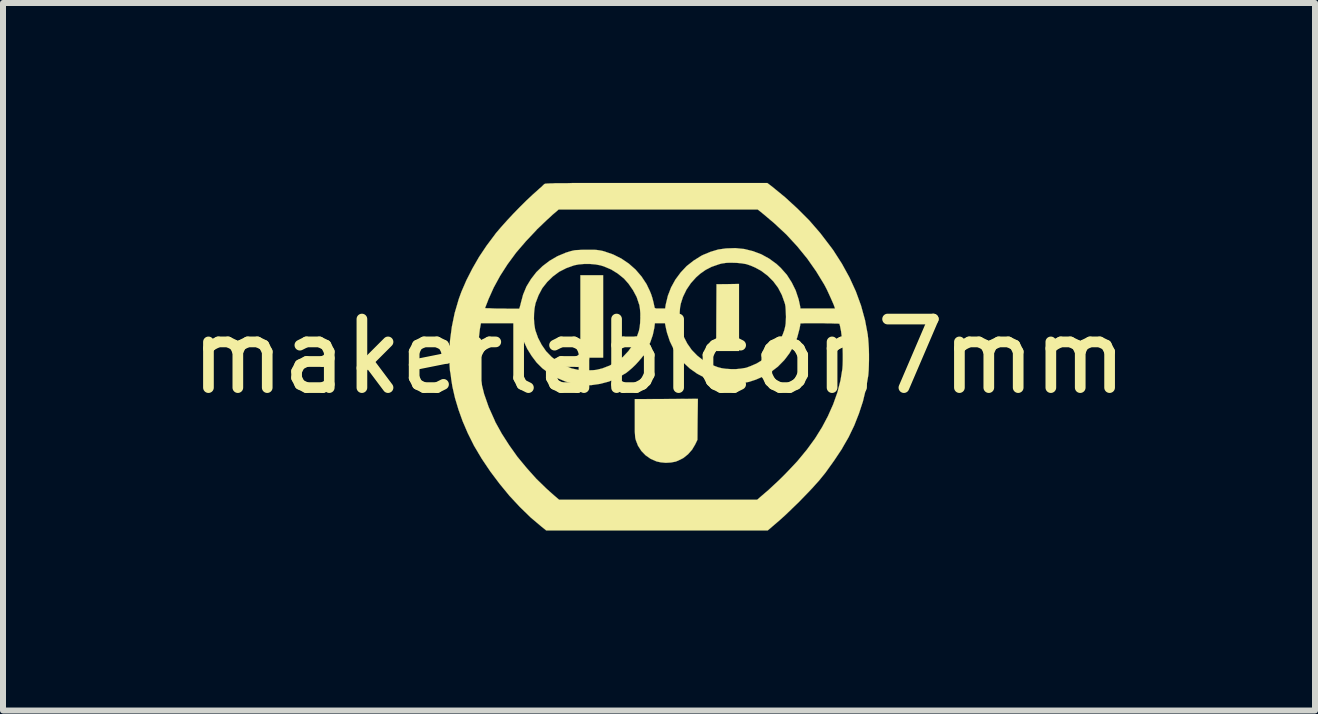
<source format=kicad_pcb>
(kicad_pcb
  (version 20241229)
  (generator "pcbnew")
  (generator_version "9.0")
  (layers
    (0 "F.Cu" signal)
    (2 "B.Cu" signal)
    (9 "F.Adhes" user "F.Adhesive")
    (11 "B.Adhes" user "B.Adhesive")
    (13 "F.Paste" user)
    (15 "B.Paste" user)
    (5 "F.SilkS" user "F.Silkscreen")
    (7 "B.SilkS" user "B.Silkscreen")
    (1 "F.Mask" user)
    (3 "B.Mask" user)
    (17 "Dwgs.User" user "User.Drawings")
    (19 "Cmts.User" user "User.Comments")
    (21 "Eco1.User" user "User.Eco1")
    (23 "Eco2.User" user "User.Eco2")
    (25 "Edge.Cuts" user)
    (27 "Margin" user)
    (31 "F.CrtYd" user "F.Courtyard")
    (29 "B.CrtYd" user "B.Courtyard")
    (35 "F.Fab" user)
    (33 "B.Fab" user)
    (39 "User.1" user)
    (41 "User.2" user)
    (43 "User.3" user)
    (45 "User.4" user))
  (footprint "makerlabIcon7mm"
    (layer "F.Cu")
    (at 7.936 2.892)
    (property "Reference" "makerlabIcon7mm" (at 0 0 0) (layer "F.SilkS") (effects (font (size 1.143 1.143) (thickness 0.178))))
    (attr through_hole)
    (fp_poly (pts (xy -0.932 0.02) (xy -1.123 0.02) (xy -1.311 0.02) (xy -1.311 -0.665) (xy -1.311 -1.354) (xy -1.123 -1.354) (xy -0.932 -1.354) (xy -0.932 -0.665) (xy -0.932 0.02)) (stroke (width 0.003) (type solid)) (fill yes) (layer "F.SilkS"))
    (fp_poly (pts (xy 1.333 -0.091) (xy 1.143 -0.091) (xy 0.953 -0.091) (xy 0.955 -0.648) (xy 0.958 -1.204) (xy 1.146 -1.206) (xy 1.333 -1.209) (xy 1.333 -0.65) (xy 1.333 -0.091)) (stroke (width 0.003) (type solid)) (fill yes) (layer "F.SilkS"))
    (fp_poly (pts (xy 0.648 0.706) (xy 0.643 1.049) (xy 0.64 1.389) (xy 0.602 1.468) (xy 0.551 1.554) (xy 0.483 1.631) (xy 0.404 1.694) (xy 0.318 1.737) (xy 0.277 1.753) (xy 0.198 1.768) (xy 0.112 1.773) (xy 0.028 1.765) (xy -0.041 1.75) (xy -0.14 1.707) (xy -0.224 1.648) (xy -0.295 1.575) (xy -0.351 1.488) (xy -0.386 1.397) (xy -0.391 1.379) (xy -0.396 1.356) (xy -0.399 1.328) (xy -0.401 1.295) (xy -0.404 1.252) (xy -0.404 1.194) (xy -0.404 1.123) (xy -0.404 1.034) (xy -0.404 1.024) (xy -0.404 0.711) (xy 0.122 0.709) (xy 0.648 0.706)) (stroke (width 0.003) (type solid)) (fill yes) (layer "F.SilkS"))
    (fp_poly (pts (xy 3.5 0.058) (xy 3.498 0.147) (xy 3.495 0.229) (xy 3.49 0.295) (xy 3.487 0.323) (xy 3.449 0.541) (xy 3.399 0.749) (xy 3.332 0.953) (xy 3.254 1.151) (xy 3.16 1.346) (xy 3.063 1.514) (xy 3.063 0.058) (xy 3.063 -0.036) (xy 3.061 -0.132) (xy 3.056 -0.226) (xy 3.048 -0.315) (xy 3.038 -0.391) (xy 3.035 -0.419) (xy 3.025 -0.467) (xy 3.018 -0.505) (xy 3.01 -0.533) (xy 3.007 -0.546) (xy 2.997 -0.546) (xy 2.969 -0.549) (xy 2.934 -0.549) (xy 2.934 -0.8) (xy 2.926 -0.823) (xy 2.911 -0.864) (xy 2.888 -0.917) (xy 2.86 -0.98) (xy 2.83 -1.046) (xy 2.799 -1.113) (xy 2.769 -1.171) (xy 2.751 -1.204) (xy 2.619 -1.42) (xy 2.471 -1.631) (xy 2.304 -1.836) (xy 2.123 -2.032) (xy 1.925 -2.217) (xy 1.742 -2.372) (xy 1.646 -2.449) (xy -0.015 -2.449) (xy -1.674 -2.449) (xy -1.778 -2.36) (xy -1.816 -2.324) (xy -1.867 -2.278) (xy -1.923 -2.225) (xy -1.981 -2.169) (xy -2.037 -2.116) (xy -2.04 -2.111) (xy -2.22 -1.92) (xy -2.383 -1.73) (xy -2.525 -1.537) (xy -2.649 -1.344) (xy -2.756 -1.148) (xy -2.845 -0.95) (xy -2.852 -0.93) (xy -2.87 -0.884) (xy -2.885 -0.846) (xy -2.896 -0.818) (xy -2.901 -0.805) (xy -2.891 -0.805) (xy -2.863 -0.803) (xy -2.822 -0.803) (xy -2.771 -0.8) (xy -2.71 -0.798) (xy -2.647 -0.798) (xy -2.578 -0.798) (xy -2.515 -0.795) (xy -2.456 -0.795) (xy -2.403 -0.795) (xy -2.362 -0.795) (xy -2.337 -0.795) (xy -2.332 -0.795) (xy -2.327 -0.805) (xy -2.319 -0.831) (xy -2.309 -0.866) (xy -2.304 -0.889) (xy -2.266 -1.031) (xy -2.21 -1.166) (xy -2.134 -1.29) (xy -2.045 -1.405) (xy -1.941 -1.506) (xy -1.824 -1.595) (xy -1.694 -1.671) (xy -1.554 -1.73) (xy -1.473 -1.755) (xy -1.44 -1.763) (xy -1.407 -1.77) (xy -1.374 -1.773) (xy -1.331 -1.775) (xy -1.278 -1.778) (xy -1.209 -1.778) (xy -1.199 -1.778) (xy -1.13 -1.778) (xy -1.077 -1.778) (xy -1.036 -1.775) (xy -1.001 -1.77) (xy -0.97 -1.765) (xy -0.937 -1.758) (xy -0.909 -1.75) (xy -0.762 -1.699) (xy -0.627 -1.631) (xy -0.503 -1.547) (xy -0.391 -1.448) (xy -0.292 -1.333) (xy -0.208 -1.206) (xy -0.183 -1.153) (xy -0.155 -1.095) (xy -0.132 -1.039) (xy -0.112 -0.978) (xy -0.094 -0.909) (xy -0.076 -0.826) (xy -0.076 -0.823) (xy -0.071 -0.81) (xy -0.064 -0.805) (xy -0.048 -0.8) (xy -0.018 -0.8) (xy 0.015 -0.8) (xy 0.102 -0.8) (xy 0.112 -0.866) (xy 0.147 -1.011) (xy 0.201 -1.151) (xy 0.272 -1.28) (xy 0.361 -1.4) (xy 0.46 -1.506) (xy 0.577 -1.598) (xy 0.701 -1.676) (xy 0.732 -1.692) (xy 0.861 -1.745) (xy 0.988 -1.783) (xy 1.118 -1.801) (xy 1.273 -1.806) (xy 1.422 -1.791) (xy 1.567 -1.755) (xy 1.707 -1.702) (xy 1.836 -1.631) (xy 1.958 -1.542) (xy 2.029 -1.476) (xy 2.131 -1.361) (xy 2.212 -1.234) (xy 2.278 -1.1) (xy 2.327 -0.953) (xy 2.352 -0.838) (xy 2.357 -0.8) (xy 2.647 -0.8) (xy 2.934 -0.8) (xy 2.934 -0.549) (xy 2.926 -0.549) (xy 2.873 -0.551) (xy 2.809 -0.551) (xy 2.741 -0.554) (xy 2.672 -0.554) (xy 2.601 -0.554) (xy 2.535 -0.554) (xy 2.474 -0.554) (xy 2.423 -0.554) (xy 2.385 -0.551) (xy 2.362 -0.551) (xy 2.357 -0.549) (xy 2.355 -0.538) (xy 2.352 -0.513) (xy 2.344 -0.475) (xy 2.342 -0.462) (xy 2.304 -0.318) (xy 2.248 -0.18) (xy 2.174 -0.053) (xy 2.116 0.025) (xy 2.116 -0.65) (xy 2.116 -0.671) (xy 2.113 -0.737) (xy 2.111 -0.787) (xy 2.108 -0.831) (xy 2.101 -0.871) (xy 2.093 -0.897) (xy 2.047 -1.026) (xy 1.984 -1.146) (xy 1.905 -1.252) (xy 1.811 -1.346) (xy 1.704 -1.427) (xy 1.605 -1.481) (xy 1.529 -1.514) (xy 1.455 -1.539) (xy 1.379 -1.552) (xy 1.295 -1.56) (xy 1.224 -1.562) (xy 1.163 -1.562) (xy 1.118 -1.56) (xy 1.079 -1.554) (xy 1.044 -1.549) (xy 1.006 -1.539) (xy 0.991 -1.534) (xy 0.876 -1.494) (xy 0.777 -1.443) (xy 0.686 -1.379) (xy 0.617 -1.318) (xy 0.531 -1.222) (xy 0.457 -1.113) (xy 0.399 -0.993) (xy 0.363 -0.881) (xy 0.351 -0.818) (xy 0.345 -0.742) (xy 0.343 -0.66) (xy 0.345 -0.582) (xy 0.353 -0.511) (xy 0.363 -0.467) (xy 0.409 -0.335) (xy 0.47 -0.216) (xy 0.546 -0.107) (xy 0.638 -0.013) (xy 0.742 0.069) (xy 0.856 0.132) (xy 0.983 0.18) (xy 1.046 0.196) (xy 1.115 0.206) (xy 1.199 0.211) (xy 1.285 0.211) (xy 1.367 0.203) (xy 1.438 0.191) (xy 1.445 0.191) (xy 1.481 0.178) (xy 1.529 0.16) (xy 1.582 0.137) (xy 1.628 0.117) (xy 1.742 0.048) (xy 1.844 -0.033) (xy 1.933 -0.132) (xy 2.004 -0.241) (xy 2.062 -0.366) (xy 2.088 -0.437) (xy 2.098 -0.478) (xy 2.106 -0.513) (xy 2.111 -0.549) (xy 2.113 -0.594) (xy 2.116 -0.65) (xy 2.116 0.025) (xy 2.085 0.064) (xy 1.981 0.17) (xy 1.864 0.259) (xy 1.737 0.333) (xy 1.615 0.386) (xy 1.499 0.424) (xy 1.374 0.447) (xy 1.339 0.45) (xy 1.191 0.455) (xy 1.044 0.442) (xy 0.902 0.409) (xy 0.765 0.356) (xy 0.635 0.287) (xy 0.516 0.203) (xy 0.409 0.104) (xy 0.33 0.01) (xy 0.246 -0.117) (xy 0.18 -0.254) (xy 0.132 -0.399) (xy 0.117 -0.465) (xy 0.099 -0.554) (xy 0.015 -0.554) (xy -0.069 -0.554) (xy -0.079 -0.475) (xy -0.104 -0.358) (xy -0.145 -0.239) (xy -0.198 -0.119) (xy -0.257 -0.02) (xy -0.292 0.025) (xy -0.312 0.048) (xy -0.312 -0.64) (xy -0.312 -0.721) (xy -0.318 -0.795) (xy -0.328 -0.859) (xy -0.333 -0.871) (xy -0.373 -0.991) (xy -0.434 -1.105) (xy -0.508 -1.212) (xy -0.584 -1.298) (xy -0.688 -1.382) (xy -0.798 -1.45) (xy -0.919 -1.501) (xy -0.978 -1.519) (xy -1.059 -1.534) (xy -1.151 -1.542) (xy -1.247 -1.542) (xy -1.339 -1.534) (xy -1.415 -1.519) (xy -1.544 -1.473) (xy -1.664 -1.412) (xy -1.77 -1.333) (xy -1.864 -1.242) (xy -1.946 -1.138) (xy -2.009 -1.019) (xy -2.057 -0.892) (xy -2.062 -0.871) (xy -2.075 -0.803) (xy -2.083 -0.721) (xy -2.085 -0.632) (xy -2.08 -0.546) (xy -2.068 -0.467) (xy -2.062 -0.437) (xy -2.017 -0.31) (xy -1.956 -0.193) (xy -1.882 -0.086) (xy -1.791 0.008) (xy -1.692 0.086) (xy -1.58 0.15) (xy -1.46 0.198) (xy -1.45 0.201) (xy -1.394 0.213) (xy -1.346 0.224) (xy -1.295 0.231) (xy -1.237 0.231) (xy -1.168 0.231) (xy -1.102 0.229) (xy -1.049 0.224) (xy -1.001 0.213) (xy -0.953 0.201) (xy -0.95 0.201) (xy -0.823 0.152) (xy -0.706 0.086) (xy -0.602 0.008) (xy -0.511 -0.089) (xy -0.434 -0.196) (xy -0.373 -0.318) (xy -0.335 -0.427) (xy -0.323 -0.485) (xy -0.315 -0.559) (xy -0.312 -0.64) (xy -0.312 0.048) (xy -0.338 0.079) (xy -0.391 0.137) (xy -0.447 0.191) (xy -0.503 0.239) (xy -0.551 0.277) (xy -0.564 0.284) (xy -0.699 0.363) (xy -0.838 0.419) (xy -0.983 0.457) (xy -1.128 0.478) (xy -1.273 0.475) (xy -1.417 0.457) (xy -1.557 0.419) (xy -1.694 0.361) (xy -1.826 0.287) (xy -1.946 0.196) (xy -2.04 0.102) (xy -2.123 -0.008) (xy -2.197 -0.127) (xy -2.256 -0.254) (xy -2.296 -0.386) (xy -2.322 -0.505) (xy -2.327 -0.554) (xy -2.649 -0.554) (xy -2.969 -0.554) (xy -2.987 -0.455) (xy -3.012 -0.239) (xy -3.018 -0.023) (xy -3.005 0.193) (xy -2.969 0.409) (xy -2.916 0.625) (xy -2.84 0.843) (xy -2.743 1.059) (xy -2.728 1.095) (xy -2.621 1.288) (xy -2.497 1.481) (xy -2.36 1.674) (xy -2.207 1.859) (xy -2.045 2.04) (xy -1.875 2.205) (xy -1.753 2.314) (xy -1.666 2.388) (xy -0.015 2.388) (xy 1.636 2.388) (xy 1.758 2.283) (xy 1.826 2.225) (xy 1.902 2.154) (xy 1.984 2.078) (xy 2.065 1.999) (xy 2.144 1.918) (xy 2.217 1.841) (xy 2.281 1.773) (xy 2.311 1.74) (xy 2.466 1.552) (xy 2.601 1.367) (xy 2.718 1.179) (xy 2.814 0.998) (xy 2.903 0.798) (xy 2.974 0.599) (xy 3.025 0.399) (xy 3.056 0.211) (xy 3.061 0.142) (xy 3.063 0.058) (xy 3.063 1.514) (xy 3.048 1.542) (xy 2.918 1.737) (xy 2.774 1.938) (xy 2.667 2.07) (xy 2.619 2.123) (xy 2.56 2.189) (xy 2.492 2.261) (xy 2.416 2.339) (xy 2.337 2.421) (xy 2.253 2.502) (xy 2.172 2.581) (xy 2.095 2.654) (xy 2.024 2.718) (xy 1.963 2.771) (xy 1.811 2.901) (xy -0.036 2.901) (xy -1.88 2.901) (xy -1.953 2.842) (xy -2.139 2.685) (xy -2.319 2.51) (xy -2.494 2.322) (xy -2.659 2.121) (xy -2.814 1.915) (xy -2.957 1.702) (xy -3.084 1.488) (xy -3.19 1.275) (xy -3.274 1.079) (xy -3.343 0.886) (xy -3.401 0.693) (xy -3.444 0.505) (xy -3.465 0.373) (xy -3.47 0.325) (xy -3.477 0.277) (xy -3.485 0.241) (xy -3.485 0.234) (xy -3.487 0.206) (xy -3.49 0.165) (xy -3.493 0.112) (xy -3.495 0.048) (xy -3.495 -0.018) (xy -3.495 -0.02) (xy -3.485 -0.257) (xy -3.454 -0.493) (xy -3.406 -0.726) (xy -3.338 -0.958) (xy -3.294 -1.079) (xy -3.211 -1.27) (xy -3.111 -1.466) (xy -3 -1.659) (xy -2.873 -1.849) (xy -2.738 -2.029) (xy -2.723 -2.05) (xy -2.637 -2.151) (xy -2.537 -2.263) (xy -2.431 -2.377) (xy -2.319 -2.492) (xy -2.207 -2.603) (xy -2.098 -2.705) (xy -2.04 -2.756) (xy -1.999 -2.794) (xy -1.963 -2.824) (xy -1.935 -2.852) (xy -1.918 -2.868) (xy -1.915 -2.87) (xy -1.913 -2.873) (xy -1.908 -2.875) (xy -1.902 -2.878) (xy -1.895 -2.88) (xy -1.882 -2.88) (xy -1.864 -2.883) (xy -1.841 -2.883) (xy -1.811 -2.885) (xy -1.773 -2.885) (xy -1.73 -2.888) (xy -1.674 -2.888) (xy -1.61 -2.888) (xy -1.534 -2.888) (xy -1.445 -2.891) (xy -1.346 -2.891) (xy -1.232 -2.891) (xy -1.105 -2.891) (xy -0.96 -2.891) (xy -0.8 -2.891) (xy -0.622 -2.891) (xy -0.427 -2.891) (xy -0.213 -2.891) (xy -0.046 -2.891) (xy 1.806 -2.891) (xy 1.89 -2.827) (xy 2.101 -2.654) (xy 2.306 -2.466) (xy 2.504 -2.268) (xy 2.687 -2.057) (xy 2.852 -1.841) (xy 2.903 -1.773) (xy 3.048 -1.547) (xy 3.175 -1.316) (xy 3.282 -1.082) (xy 3.368 -0.846) (xy 3.434 -0.605) (xy 3.48 -0.361) (xy 3.48 -0.353) (xy 3.487 -0.292) (xy 3.493 -0.213) (xy 3.498 -0.127) (xy 3.5 -0.036) (xy 3.5 0.058)) (stroke (width 0.003) (type solid)) (fill yes) (layer "F.SilkS")))
  (gr_rect
    (start -3 -3)
    (end 18.871 8.794)
    (stroke (width 0.1) (type default))
    (fill no)
    (layer "Edge.Cuts")))
</source>
